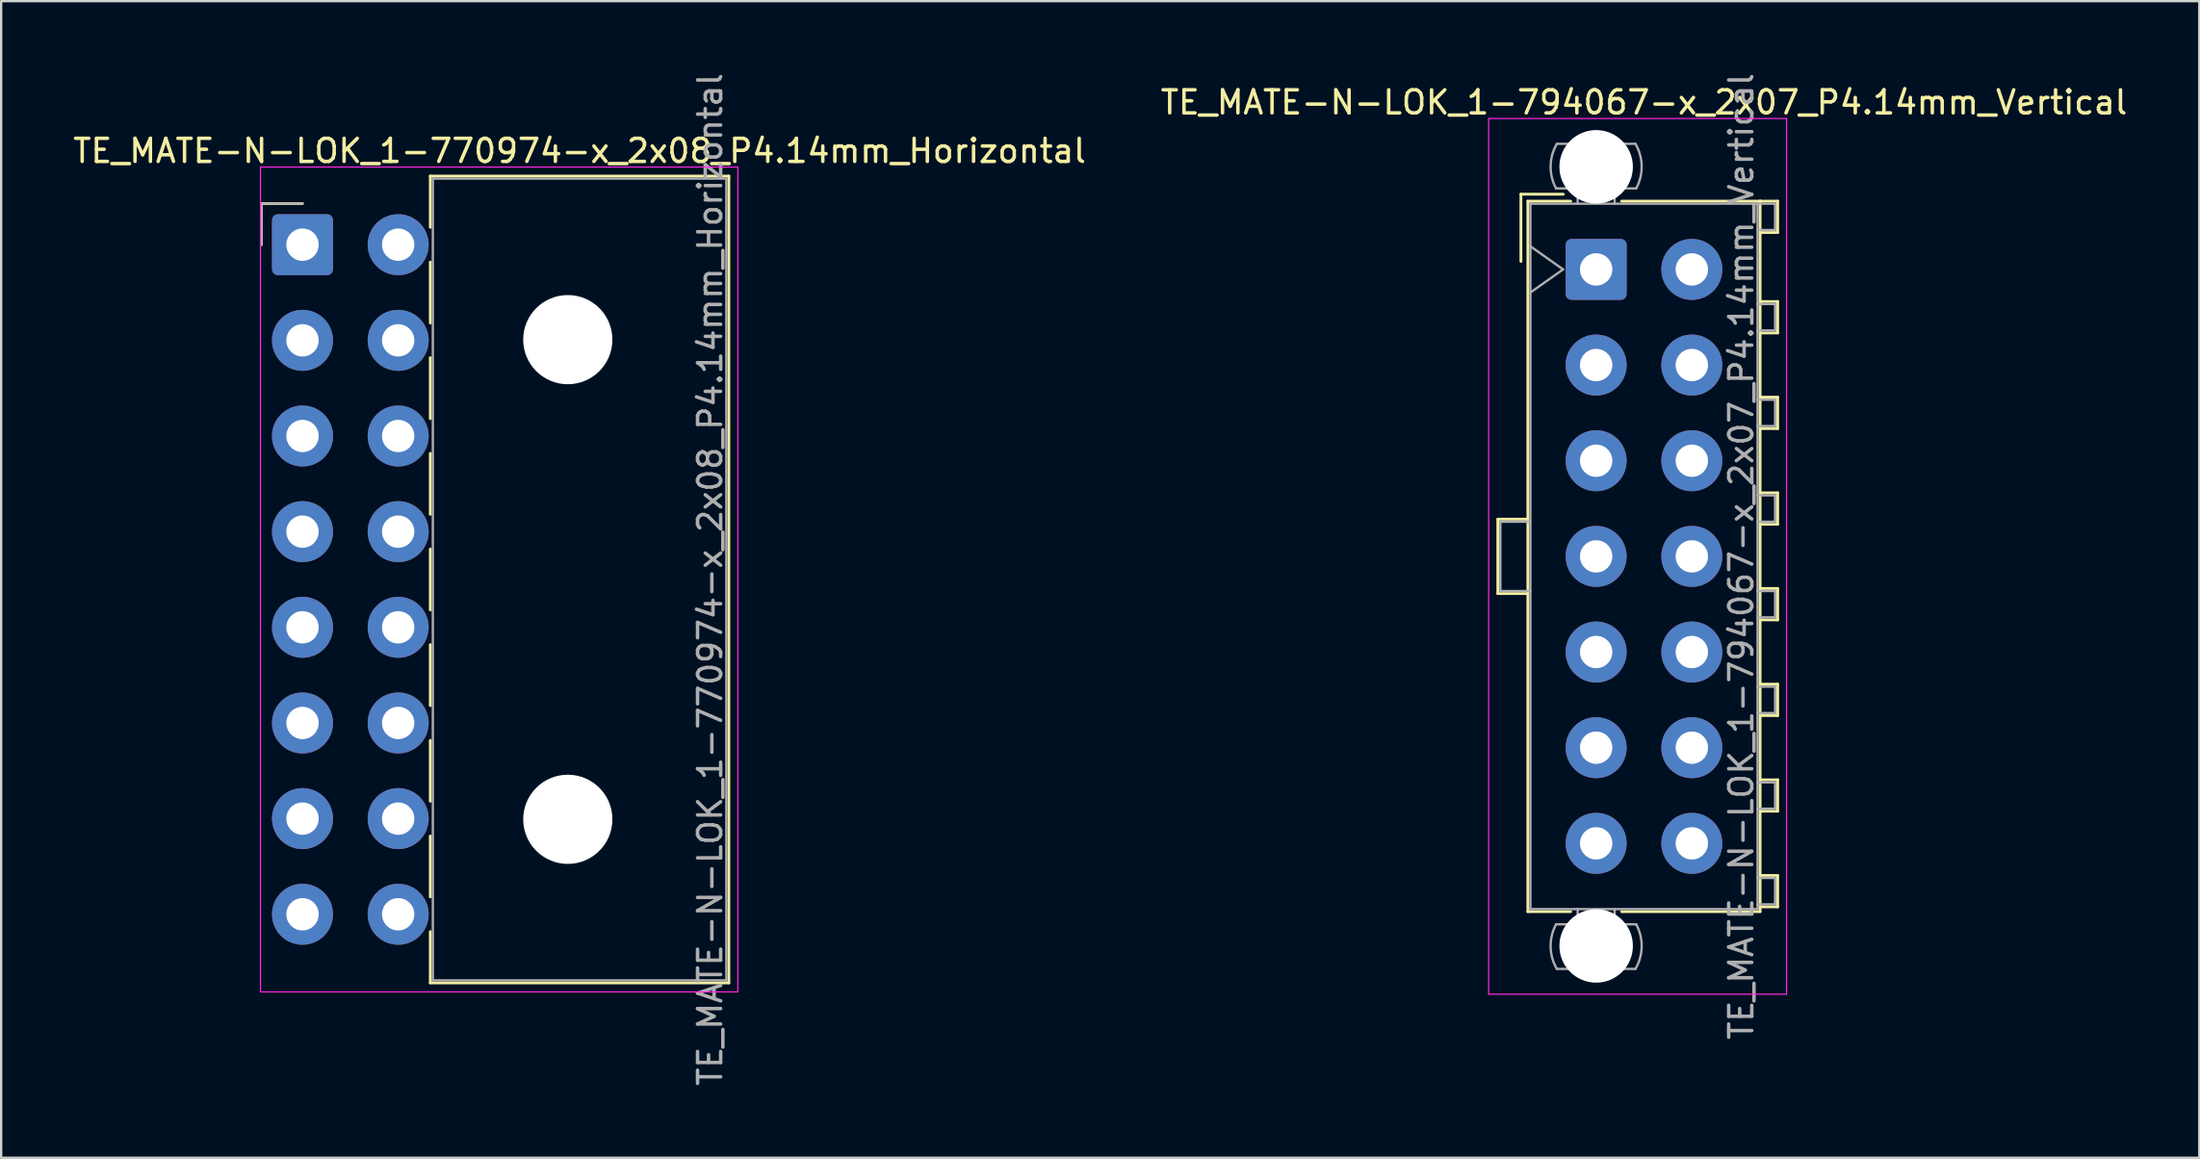
<source format=kicad_pcb>
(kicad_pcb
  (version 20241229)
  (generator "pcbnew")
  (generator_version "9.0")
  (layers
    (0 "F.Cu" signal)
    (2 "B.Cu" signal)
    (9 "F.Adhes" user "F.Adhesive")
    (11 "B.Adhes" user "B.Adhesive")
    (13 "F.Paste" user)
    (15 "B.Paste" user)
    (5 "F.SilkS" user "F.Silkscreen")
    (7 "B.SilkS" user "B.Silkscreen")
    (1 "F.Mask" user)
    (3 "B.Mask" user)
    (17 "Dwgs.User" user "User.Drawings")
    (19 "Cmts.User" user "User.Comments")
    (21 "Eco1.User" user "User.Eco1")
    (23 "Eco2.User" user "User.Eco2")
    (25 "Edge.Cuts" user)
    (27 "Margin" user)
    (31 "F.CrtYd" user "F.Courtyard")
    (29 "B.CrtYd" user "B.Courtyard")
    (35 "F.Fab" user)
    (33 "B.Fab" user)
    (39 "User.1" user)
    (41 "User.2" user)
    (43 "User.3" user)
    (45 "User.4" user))
  (footprint "TE_MATE-N-LOK_1-794067-x_2x07_P4.14mm_Vertical"
    (layer "F.Cu")
    (at 66.019 8.61)
    (property "Reference" "TE_MATE-N-LOK_1-794067-x_2x07_P4.14mm_Vertical" (at 2.07 -7.23 0) (layer "F.SilkS") (effects (font (size 1 1) (thickness 0.15))))
    (attr through_hole)
    (fp_line (start -4.255 10.81) (end -4.255 14.03) (stroke (width 0.12) (type solid)) (layer "F.SilkS"))
    (fp_line (start -4.255 14.03) (end -2.955 14.03) (stroke (width 0.12) (type solid)) (layer "F.SilkS"))
    (fp_line (start -3.255 -3.255) (end -3.255 -0.345) (stroke (width 0.12) (type solid)) (layer "F.SilkS"))
    (fp_line (start -2.955 -2.955) (end -2.955 27.795) (stroke (width 0.12) (type solid)) (layer "F.SilkS"))
    (fp_line (start -2.955 10.81) (end -4.255 10.81) (stroke (width 0.12) (type solid)) (layer "F.SilkS"))
    (fp_line (start -2.955 27.795) (end -1.103 27.795) (stroke (width 0.12) (type solid)) (layer "F.SilkS"))
    (fp_line (start -1.421 -3.255) (end -3.255 -3.255) (stroke (width 0.12) (type solid)) (layer "F.SilkS"))
    (fp_line (start -1.103 -2.955) (end -2.955 -2.955) (stroke (width 0.12) (type solid)) (layer "F.SilkS"))
    (fp_line (start 1.103 -2.955) (end 7.095 -2.955) (stroke (width 0.12) (type solid)) (layer "F.SilkS"))
    (fp_line (start 7.095 -2.955) (end 7.095 27.795) (stroke (width 0.12) (type solid)) (layer "F.SilkS"))
    (fp_line (start 7.095 -2.955) (end 7.855 -2.955) (stroke (width 0.12) (type solid)) (layer "F.SilkS"))
    (fp_line (start 7.095 1.39) (end 7.855 1.39) (stroke (width 0.12) (type solid)) (layer "F.SilkS"))
    (fp_line (start 7.095 5.53) (end 7.855 5.53) (stroke (width 0.12) (type solid)) (layer "F.SilkS"))
    (fp_line (start 7.095 9.67) (end 7.855 9.67) (stroke (width 0.12) (type solid)) (layer "F.SilkS"))
    (fp_line (start 7.095 13.81) (end 7.855 13.81) (stroke (width 0.12) (type solid)) (layer "F.SilkS"))
    (fp_line (start 7.095 17.95) (end 7.855 17.95) (stroke (width 0.12) (type solid)) (layer "F.SilkS"))
    (fp_line (start 7.095 22.09) (end 7.855 22.09) (stroke (width 0.12) (type solid)) (layer "F.SilkS"))
    (fp_line (start 7.095 26.23) (end 7.855 26.23) (stroke (width 0.12) (type solid)) (layer "F.SilkS"))
    (fp_line (start 7.095 27.795) (end 1.103 27.795) (stroke (width 0.12) (type solid)) (layer "F.SilkS"))
    (fp_line (start 7.855 -2.955) (end 7.855 -1.595) (stroke (width 0.12) (type solid)) (layer "F.SilkS"))
    (fp_line (start 7.855 -1.595) (end 7.095 -1.595) (stroke (width 0.12) (type solid)) (layer "F.SilkS"))
    (fp_line (start 7.855 1.39) (end 7.855 2.75) (stroke (width 0.12) (type solid)) (layer "F.SilkS"))
    (fp_line (start 7.855 2.75) (end 7.095 2.75) (stroke (width 0.12) (type solid)) (layer "F.SilkS"))
    (fp_line (start 7.855 5.53) (end 7.855 6.89) (stroke (width 0.12) (type solid)) (layer "F.SilkS"))
    (fp_line (start 7.855 6.89) (end 7.095 6.89) (stroke (width 0.12) (type solid)) (layer "F.SilkS"))
    (fp_line (start 7.855 9.67) (end 7.855 11.03) (stroke (width 0.12) (type solid)) (layer "F.SilkS"))
    (fp_line (start 7.855 11.03) (end 7.095 11.03) (stroke (width 0.12) (type solid)) (layer "F.SilkS"))
    (fp_line (start 7.855 13.81) (end 7.855 15.17) (stroke (width 0.12) (type solid)) (layer "F.SilkS"))
    (fp_line (start 7.855 15.17) (end 7.095 15.17) (stroke (width 0.12) (type solid)) (layer "F.SilkS"))
    (fp_line (start 7.855 17.95) (end 7.855 19.31) (stroke (width 0.12) (type solid)) (layer "F.SilkS"))
    (fp_line (start 7.855 19.31) (end 7.095 19.31) (stroke (width 0.12) (type solid)) (layer "F.SilkS"))
    (fp_line (start 7.855 22.09) (end 7.855 23.45) (stroke (width 0.12) (type solid)) (layer "F.SilkS"))
    (fp_line (start 7.855 23.45) (end 7.095 23.45) (stroke (width 0.12) (type solid)) (layer "F.SilkS"))
    (fp_line (start 7.855 26.23) (end 7.855 27.59) (stroke (width 0.12) (type solid)) (layer "F.SilkS"))
    (fp_line (start 7.855 27.59) (end 7.095 27.59) (stroke (width 0.12) (type solid)) (layer "F.SilkS"))
    (fp_line (start -4.65 -6.53) (end -4.65 31.37) (stroke (width 0.05) (type solid)) (layer "F.CrtYd"))
    (fp_line (start -4.65 31.37) (end 8.24 31.37) (stroke (width 0.05) (type solid)) (layer "F.CrtYd"))
    (fp_line (start 8.24 -6.53) (end -4.65 -6.53) (stroke (width 0.05) (type solid)) (layer "F.CrtYd"))
    (fp_line (start 8.24 31.37) (end 8.24 -6.53) (stroke (width 0.05) (type solid)) (layer "F.CrtYd"))
    (fp_line (start -4.145 10.92) (end -4.145 13.92) (stroke (width 0.1) (type solid)) (layer "F.Fab"))
    (fp_line (start -4.145 13.92) (end -2.845 13.92) (stroke (width 0.1) (type solid)) (layer "F.Fab"))
    (fp_line (start -2.845 -2.845) (end -2.845 27.685) (stroke (width 0.1) (type solid)) (layer "F.Fab"))
    (fp_line (start -2.845 -1) (end -1.431 0) (stroke (width 0.1) (type solid)) (layer "F.Fab"))
    (fp_line (start -2.845 10.92) (end -4.145 10.92) (stroke (width 0.1) (type solid)) (layer "F.Fab"))
    (fp_line (start -2.845 27.685) (end 6.985 27.685) (stroke (width 0.1) (type solid)) (layer "F.Fab"))
    (fp_line (start -1.431 0) (end -2.845 1) (stroke (width 0.1) (type solid)) (layer "F.Fab"))
    (fp_line (start -0.8 -2.845) (end -0.8 -3.505) (stroke (width 0.1) (type solid)) (layer "F.Fab"))
    (fp_line (start -0.8 27.685) (end -0.8 28.345) (stroke (width 0.1) (type solid)) (layer "F.Fab"))
    (fp_line (start 0.8 -2.845) (end 0.8 -3.505) (stroke (width 0.1) (type solid)) (layer "F.Fab"))
    (fp_line (start 0.8 27.685) (end 0.8 28.345) (stroke (width 0.1) (type solid)) (layer "F.Fab"))
    (fp_line (start 1.7 -5.436) (end -1.7 -5.436) (stroke (width 0.1) (type solid)) (layer "F.Fab"))
    (fp_line (start 1.7 30.276) (end -1.7 30.276) (stroke (width 0.1) (type solid)) (layer "F.Fab"))
    (fp_line (start 1.734 -3.505) (end -1.734 -3.505) (stroke (width 0.1) (type solid)) (layer "F.Fab"))
    (fp_line (start 1.734 28.345) (end -1.734 28.345) (stroke (width 0.1) (type solid)) (layer "F.Fab"))
    (fp_line (start 6.985 -2.845) (end -2.845 -2.845) (stroke (width 0.1) (type solid)) (layer "F.Fab"))
    (fp_line (start 6.985 -2.845) (end 7.745 -2.845) (stroke (width 0.1) (type solid)) (layer "F.Fab"))
    (fp_line (start 6.985 1.5) (end 7.745 1.5) (stroke (width 0.1) (type solid)) (layer "F.Fab"))
    (fp_line (start 6.985 5.64) (end 7.745 5.64) (stroke (width 0.1) (type solid)) (layer "F.Fab"))
    (fp_line (start 6.985 9.78) (end 7.745 9.78) (stroke (width 0.1) (type solid)) (layer "F.Fab"))
    (fp_line (start 6.985 13.92) (end 7.745 13.92) (stroke (width 0.1) (type solid)) (layer "F.Fab"))
    (fp_line (start 6.985 18.06) (end 7.745 18.06) (stroke (width 0.1) (type solid)) (layer "F.Fab"))
    (fp_line (start 6.985 22.2) (end 7.745 22.2) (stroke (width 0.1) (type solid)) (layer "F.Fab"))
    (fp_line (start 6.985 26.34) (end 7.745 26.34) (stroke (width 0.1) (type solid)) (layer "F.Fab"))
    (fp_line (start 6.985 27.685) (end 6.985 -2.845) (stroke (width 0.1) (type solid)) (layer "F.Fab"))
    (fp_line (start 7.745 -2.845) (end 7.745 -1.705) (stroke (width 0.1) (type solid)) (layer "F.Fab"))
    (fp_line (start 7.745 -1.705) (end 6.985 -1.705) (stroke (width 0.1) (type solid)) (layer "F.Fab"))
    (fp_line (start 7.745 1.5) (end 7.745 2.64) (stroke (width 0.1) (type solid)) (layer "F.Fab"))
    (fp_line (start 7.745 2.64) (end 6.985 2.64) (stroke (width 0.1) (type solid)) (layer "F.Fab"))
    (fp_line (start 7.745 5.64) (end 7.745 6.78) (stroke (width 0.1) (type solid)) (layer "F.Fab"))
    (fp_line (start 7.745 6.78) (end 6.985 6.78) (stroke (width 0.1) (type solid)) (layer "F.Fab"))
    (fp_line (start 7.745 9.78) (end 7.745 10.92) (stroke (width 0.1) (type solid)) (layer "F.Fab"))
    (fp_line (start 7.745 10.92) (end 6.985 10.92) (stroke (width 0.1) (type solid)) (layer "F.Fab"))
    (fp_line (start 7.745 13.92) (end 7.745 15.06) (stroke (width 0.1) (type solid)) (layer "F.Fab"))
    (fp_line (start 7.745 15.06) (end 6.985 15.06) (stroke (width 0.1) (type solid)) (layer "F.Fab"))
    (fp_line (start 7.745 18.06) (end 7.745 19.2) (stroke (width 0.1) (type solid)) (layer "F.Fab"))
    (fp_line (start 7.745 19.2) (end 6.985 19.2) (stroke (width 0.1) (type solid)) (layer "F.Fab"))
    (fp_line (start 7.745 22.2) (end 7.745 23.34) (stroke (width 0.1) (type solid)) (layer "F.Fab"))
    (fp_line (start 7.745 23.34) (end 6.985 23.34) (stroke (width 0.1) (type solid)) (layer "F.Fab"))
    (fp_line (start 7.745 26.34) (end 7.745 27.48) (stroke (width 0.1) (type solid)) (layer "F.Fab"))
    (fp_line (start 7.745 27.48) (end 6.985 27.48) (stroke (width 0.1) (type solid)) (layer "F.Fab"))
    (fp_arc (start -1.733977 -3.505) (mid -1.96969 -4.474992) (end -1.699672 -5.436) (stroke (width 0.1) (type solid)) (layer "F.Fab"))
    (fp_arc (start -1.699672 30.276) (mid -1.969689 29.314992) (end -1.733977 28.345) (stroke (width 0.1) (type solid)) (layer "F.Fab"))
    (fp_arc (start 1.699672 -5.436) (mid 1.969689 -4.474992) (end 1.733977 -3.505) (stroke (width 0.1) (type solid)) (layer "F.Fab"))
    (fp_arc (start 1.733977 28.345) (mid 1.96969 29.314992) (end 1.699672 30.276) (stroke (width 0.1) (type solid)) (layer "F.Fab"))
    (fp_text user "${REFERENCE}" (at 6.28 12.42 90) (layer "F.Fab") (effects (font (size 1 1) (thickness 0.15))))
    (pad "" np_thru_hole circle (at 0 -4.44) (size 3.18 3.18) (drill 3.18) (layers "*.Cu" "*.Mask"))
    (pad "" np_thru_hole circle (at 0 29.28) (size 3.18 3.18) (drill 3.18) (layers "*.Cu" "*.Mask"))
    (pad "1" thru_hole roundrect (at 0 0) (size 2.64 2.64) (drill 1.4) (layers "*.Cu" "*.Mask") (roundrect_rratio 0.095))
    (pad "2" thru_hole circle (at 0 4.14) (size 2.64 2.64) (drill 1.4) (layers "*.Cu" "*.Mask"))
    (pad "3" thru_hole circle (at 0 8.28) (size 2.64 2.64) (drill 1.4) (layers "*.Cu" "*.Mask"))
    (pad "4" thru_hole circle (at 0 12.42) (size 2.64 2.64) (drill 1.4) (layers "*.Cu" "*.Mask"))
    (pad "5" thru_hole circle (at 0 16.56) (size 2.64 2.64) (drill 1.4) (layers "*.Cu" "*.Mask"))
    (pad "6" thru_hole circle (at 0 20.7) (size 2.64 2.64) (drill 1.4) (layers "*.Cu" "*.Mask"))
    (pad "7" thru_hole circle (at 0 24.84) (size 2.64 2.64) (drill 1.4) (layers "*.Cu" "*.Mask"))
    (pad "8" thru_hole circle (at 4.14 0) (size 2.64 2.64) (drill 1.4) (layers "*.Cu" "*.Mask"))
    (pad "9" thru_hole circle (at 4.14 4.14) (size 2.64 2.64) (drill 1.4) (layers "*.Cu" "*.Mask"))
    (pad "10" thru_hole circle (at 4.14 8.28) (size 2.64 2.64) (drill 1.4) (layers "*.Cu" "*.Mask"))
    (pad "11" thru_hole circle (at 4.14 12.42) (size 2.64 2.64) (drill 1.4) (layers "*.Cu" "*.Mask"))
    (pad "12" thru_hole circle (at 4.14 16.56) (size 2.64 2.64) (drill 1.4) (layers "*.Cu" "*.Mask"))
    (pad "13" thru_hole circle (at 4.14 20.7) (size 2.64 2.64) (drill 1.4) (layers "*.Cu" "*.Mask"))
    (pad "14" thru_hole circle (at 4.14 24.84) (size 2.64 2.64) (drill 1.4) (layers "*.Cu" "*.Mask")))
  (footprint "TE_MATE-N-LOK_1-770974-x_2x08_P4.14mm_Horizontal"
    (layer "F.Cu")
    (at 10.04 7.54)
    (property "Reference" "TE_MATE-N-LOK_1-770974-x_2x08_P4.14mm_Horizontal" (at 11.99 -4.06 0) (layer "F.SilkS") (effects (font (size 1 1) (thickness 0.15))))
    (attr through_hole)
    (fp_line (start -1.78 -1.78) (end -1.78 0) (stroke (width 0.12) (type solid)) (layer "F.SilkS"))
    (fp_line (start 0 -1.78) (end -1.78 -1.78) (stroke (width 0.12) (type solid)) (layer "F.SilkS"))
    (fp_line (start 5.53 -2.97) (end 18.45 -2.97) (stroke (width 0.12) (type solid)) (layer "F.SilkS"))
    (fp_line (start 5.53 -0.751) (end 5.53 -2.97) (stroke (width 0.12) (type solid)) (layer "F.SilkS"))
    (fp_line (start 5.53 0.751) (end 5.53 3.389) (stroke (width 0.12) (type solid)) (layer "F.SilkS"))
    (fp_line (start 5.53 4.891) (end 5.53 7.529) (stroke (width 0.12) (type solid)) (layer "F.SilkS"))
    (fp_line (start 5.53 9.031) (end 5.53 11.669) (stroke (width 0.12) (type solid)) (layer "F.SilkS"))
    (fp_line (start 5.53 13.171) (end 5.53 15.809) (stroke (width 0.12) (type solid)) (layer "F.SilkS"))
    (fp_line (start 5.53 17.311) (end 5.53 19.949) (stroke (width 0.12) (type solid)) (layer "F.SilkS"))
    (fp_line (start 5.53 21.451) (end 5.53 24.089) (stroke (width 0.12) (type solid)) (layer "F.SilkS"))
    (fp_line (start 5.53 25.591) (end 5.53 28.229) (stroke (width 0.12) (type solid)) (layer "F.SilkS"))
    (fp_line (start 5.53 31.95) (end 5.53 29.731) (stroke (width 0.12) (type solid)) (layer "F.SilkS"))
    (fp_line (start 18.45 -2.97) (end 18.45 31.95) (stroke (width 0.12) (type solid)) (layer "F.SilkS"))
    (fp_line (start 18.45 31.95) (end 5.53 31.95) (stroke (width 0.12) (type solid)) (layer "F.SilkS"))
    (fp_line (start -1.82 -3.36) (end -1.82 32.34) (stroke (width 0.05) (type solid)) (layer "F.CrtYd"))
    (fp_line (start -1.82 32.34) (end 18.84 32.34) (stroke (width 0.05) (type solid)) (layer "F.CrtYd"))
    (fp_line (start 18.84 -3.36) (end -1.82 -3.36) (stroke (width 0.05) (type solid)) (layer "F.CrtYd"))
    (fp_line (start 18.84 32.34) (end 18.84 -3.36) (stroke (width 0.05) (type solid)) (layer "F.CrtYd"))
    (fp_line (start -1.78 -1.78) (end -1.78 0) (stroke (width 0.1) (type solid)) (layer "F.Fab"))
    (fp_line (start 0 -1.78) (end -1.78 -1.78) (stroke (width 0.1) (type solid)) (layer "F.Fab"))
    (fp_line (start 5.64 -2.86) (end 5.64 31.84) (stroke (width 0.1) (type solid)) (layer "F.Fab"))
    (fp_line (start 5.64 31.84) (end 18.34 31.84) (stroke (width 0.1) (type solid)) (layer "F.Fab"))
    (fp_line (start 18.34 -2.86) (end 5.64 -2.86) (stroke (width 0.1) (type solid)) (layer "F.Fab"))
    (fp_line (start 18.34 31.84) (end 18.34 -2.86) (stroke (width 0.1) (type solid)) (layer "F.Fab"))
    (fp_text user "${REFERENCE}" (at 17.64 14.49 90) (layer "F.Fab") (effects (font (size 1 1) (thickness 0.15))))
    (pad "" np_thru_hole circle (at 11.48 4.11) (size 3.86 3.86) (drill 3.86) (layers "*.Cu" "*.Mask"))
    (pad "" np_thru_hole circle (at 11.48 24.87) (size 3.86 3.86) (drill 3.86) (layers "*.Cu" "*.Mask"))
    (pad "1" thru_hole roundrect (at 0 0) (size 2.64 2.64) (drill 1.4) (layers "*.Cu" "*.Mask") (roundrect_rratio 0.095))
    (pad "2" thru_hole circle (at 0 4.14) (size 2.64 2.64) (drill 1.4) (layers "*.Cu" "*.Mask"))
    (pad "3" thru_hole circle (at 0 8.28) (size 2.64 2.64) (drill 1.4) (layers "*.Cu" "*.Mask"))
    (pad "4" thru_hole circle (at 0 12.42) (size 2.64 2.64) (drill 1.4) (layers "*.Cu" "*.Mask"))
    (pad "5" thru_hole circle (at 0 16.56) (size 2.64 2.64) (drill 1.4) (layers "*.Cu" "*.Mask"))
    (pad "6" thru_hole circle (at 0 20.7) (size 2.64 2.64) (drill 1.4) (layers "*.Cu" "*.Mask"))
    (pad "7" thru_hole circle (at 0 24.84) (size 2.64 2.64) (drill 1.4) (layers "*.Cu" "*.Mask"))
    (pad "8" thru_hole circle (at 0 28.98) (size 2.64 2.64) (drill 1.4) (layers "*.Cu" "*.Mask"))
    (pad "9" thru_hole circle (at 4.14 0) (size 2.64 2.64) (drill 1.4) (layers "*.Cu" "*.Mask"))
    (pad "10" thru_hole circle (at 4.14 4.14) (size 2.64 2.64) (drill 1.4) (layers "*.Cu" "*.Mask"))
    (pad "11" thru_hole circle (at 4.14 8.28) (size 2.64 2.64) (drill 1.4) (layers "*.Cu" "*.Mask"))
    (pad "12" thru_hole circle (at 4.14 12.42) (size 2.64 2.64) (drill 1.4) (layers "*.Cu" "*.Mask"))
    (pad "13" thru_hole circle (at 4.14 16.56) (size 2.64 2.64) (drill 1.4) (layers "*.Cu" "*.Mask"))
    (pad "14" thru_hole circle (at 4.14 20.7) (size 2.64 2.64) (drill 1.4) (layers "*.Cu" "*.Mask"))
    (pad "15" thru_hole circle (at 4.14 24.84) (size 2.64 2.64) (drill 1.4) (layers "*.Cu" "*.Mask"))
    (pad "16" thru_hole circle (at 4.14 28.98) (size 2.64 2.64) (drill 1.4) (layers "*.Cu" "*.Mask")))
  (gr_rect
    (start -3 -3)
    (end 92.119 47.06)
    (stroke (width 0.1) (type default))
    (fill no)
    (layer "Edge.Cuts")))
</source>
